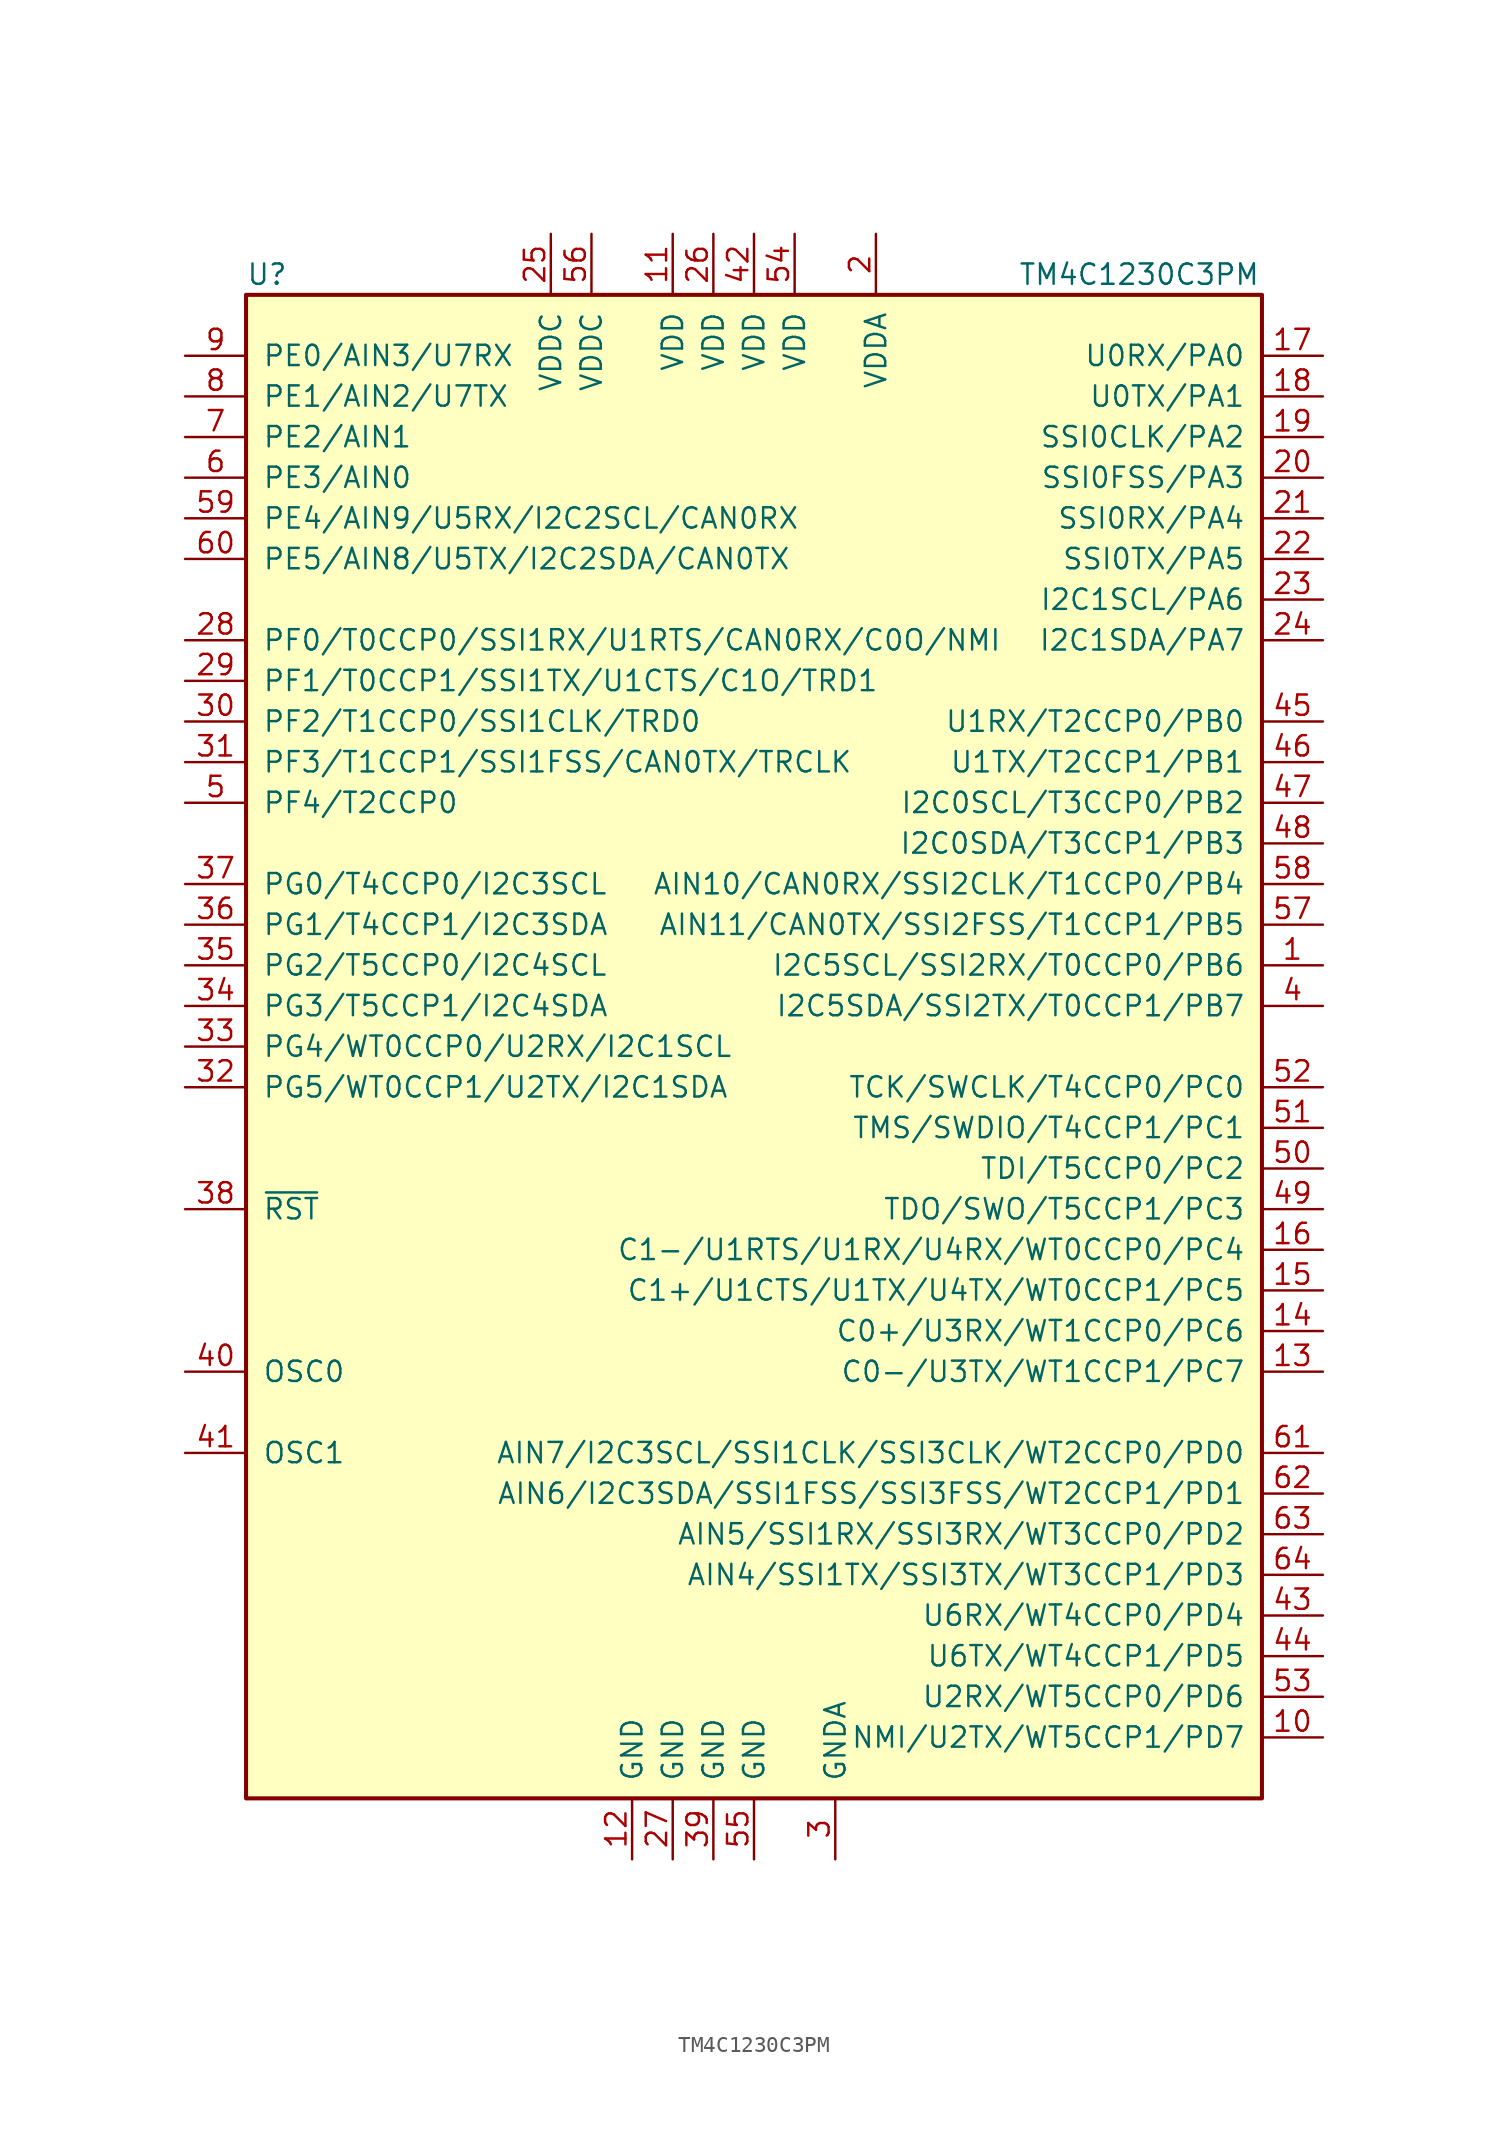
<source format=kicad_sym>
(kicad_symbol_lib
  (version 20201005)
  (generator kicad_symbol_editor)
  (symbol "TM4C1230C3PM"
    (pin_names
      (offset 1.016))
    (property "Reference" "U"
      (at -31.75 48.26 0)
      (effects (font (size 1.27 1.27)) (justify left)))
    (property "Value" "TM4C1230C3PM"
      (at 16.51 48.26 0)
      (effects (font (size 1.27 1.27)) (justify left)))
    (symbol "TM4C1230C3PM_0_1"
      (rectangle (start -31.75 46.99) (end 31.75 -46.99) (stroke (width 0.254)) (fill (type background))))
    (symbol "TM4C1230C3PM_1_1"
      (pin bidirectional line (at 35.56 5.08 180) (length 3.81) (name "I2C5SCL/SSI2RX/T0CCP0/PB6" (effects (font (size 1.27 1.27)))) (number "1" (effects (font (size 1.27 1.27)))))
      (pin power_in line (at 7.62 50.8 270) (length 3.81) (name "VDDA" (effects (font (size 1.27 1.27)))) (number "2" (effects (font (size 1.27 1.27)))))
      (pin power_in line (at 5.08 -50.8 90) (length 3.81) (name "GNDA" (effects (font (size 1.27 1.27)))) (number "3" (effects (font (size 1.27 1.27)))))
      (pin bidirectional line (at 35.56 2.54 180) (length 3.81) (name "I2C5SDA/SSI2TX/T0CCP1/PB7" (effects (font (size 1.27 1.27)))) (number "4" (effects (font (size 1.27 1.27)))))
      (pin bidirectional line (at -35.56 15.24 0) (length 3.81) (name "PF4/T2CCP0" (effects (font (size 1.27 1.27)))) (number "5" (effects (font (size 1.27 1.27)))))
      (pin bidirectional line (at -35.56 35.56 0) (length 3.81) (name "PE3/AIN0" (effects (font (size 1.27 1.27)))) (number "6" (effects (font (size 1.27 1.27)))))
      (pin bidirectional line (at -35.56 38.1 0) (length 3.81) (name "PE2/AIN1" (effects (font (size 1.27 1.27)))) (number "7" (effects (font (size 1.27 1.27)))))
      (pin bidirectional line (at -35.56 40.64 0) (length 3.81) (name "PE1/AIN2/U7TX" (effects (font (size 1.27 1.27)))) (number "8" (effects (font (size 1.27 1.27)))))
      (pin bidirectional line (at -35.56 43.18 0) (length 3.81) (name "PE0/AIN3/U7RX" (effects (font (size 1.27 1.27)))) (number "9" (effects (font (size 1.27 1.27)))))
      (pin bidirectional line (at 35.56 -43.18 180) (length 3.81) (name "NMI/U2TX/WT5CCP1/PD7" (effects (font (size 1.27 1.27)))) (number "10" (effects (font (size 1.27 1.27)))))
      (pin bidirectional line (at 35.56 35.56 180) (length 3.81) (name "SSI0FSS/PA3" (effects (font (size 1.27 1.27)))) (number "20" (effects (font (size 1.27 1.27)))))
      (pin bidirectional line (at -35.56 20.32 0) (length 3.81) (name "PF2/T1CCP0/SSI1CLK/TRD0" (effects (font (size 1.27 1.27)))) (number "30" (effects (font (size 1.27 1.27)))))
      (pin passive line (at -35.56 -20.32 0) (length 3.81) (name "OSC0" (effects (font (size 1.27 1.27)))) (number "40" (effects (font (size 1.27 1.27)))))
      (pin bidirectional line (at 35.56 -7.62 180) (length 3.81) (name "TDI/T5CCP0/PC2" (effects (font (size 1.27 1.27)))) (number "50" (effects (font (size 1.27 1.27)))))
      (pin bidirectional line (at -35.56 30.48 0) (length 3.81) (name "PE5/AIN8/U5TX/I2C2SDA/CAN0TX" (effects (font (size 1.27 1.27)))) (number "60" (effects (font (size 1.27 1.27)))))
      (pin power_in line (at -5.08 50.8 270) (length 3.81) (name "VDD" (effects (font (size 1.27 1.27)))) (number "11" (effects (font (size 1.27 1.27)))))
      (pin bidirectional line (at 35.56 33.02 180) (length 3.81) (name "SSI0RX/PA4" (effects (font (size 1.27 1.27)))) (number "21" (effects (font (size 1.27 1.27)))))
      (pin bidirectional line (at -35.56 17.78 0) (length 3.81) (name "PF3/T1CCP1/SSI1FSS/CAN0TX/TRCLK" (effects (font (size 1.27 1.27)))) (number "31" (effects (font (size 1.27 1.27)))))
      (pin passive line (at -35.56 -25.4 0) (length 3.81) (name "OSC1" (effects (font (size 1.27 1.27)))) (number "41" (effects (font (size 1.27 1.27)))))
      (pin bidirectional line (at 35.56 -5.08 180) (length 3.81) (name "TMS/SWDIO/T4CCP1/PC1" (effects (font (size 1.27 1.27)))) (number "51" (effects (font (size 1.27 1.27)))))
      (pin bidirectional line (at 35.56 -25.4 180) (length 3.81) (name "AIN7/I2C3SCL/SSI1CLK/SSI3CLK/WT2CCP0/PD0" (effects (font (size 1.27 1.27)))) (number "61" (effects (font (size 1.27 1.27)))))
      (pin power_in line (at -7.62 -50.8 90) (length 3.81) (name "GND" (effects (font (size 1.27 1.27)))) (number "12" (effects (font (size 1.27 1.27)))))
      (pin bidirectional line (at 35.56 30.48 180) (length 3.81) (name "SSI0TX/PA5" (effects (font (size 1.27 1.27)))) (number "22" (effects (font (size 1.27 1.27)))))
      (pin bidirectional line (at -35.56 -2.54 0) (length 3.81) (name "PG5/WT0CCP1/U2TX/I2C1SDA" (effects (font (size 1.27 1.27)))) (number "32" (effects (font (size 1.27 1.27)))))
      (pin power_in line (at 0 50.8 270) (length 3.81) (name "VDD" (effects (font (size 1.27 1.27)))) (number "42" (effects (font (size 1.27 1.27)))))
      (pin bidirectional line (at 35.56 -2.54 180) (length 3.81) (name "TCK/SWCLK/T4CCP0/PC0" (effects (font (size 1.27 1.27)))) (number "52" (effects (font (size 1.27 1.27)))))
      (pin bidirectional line (at 35.56 -27.94 180) (length 3.81) (name "AIN6/I2C3SDA/SSI1FSS/SSI3FSS/WT2CCP1/PD1" (effects (font (size 1.27 1.27)))) (number "62" (effects (font (size 1.27 1.27)))))
      (pin bidirectional line (at 35.56 -20.32 180) (length 3.81) (name "C0-/U3TX/WT1CCP1/PC7" (effects (font (size 1.27 1.27)))) (number "13" (effects (font (size 1.27 1.27)))))
      (pin bidirectional line (at 35.56 27.94 180) (length 3.81) (name "I2C1SCL/PA6" (effects (font (size 1.27 1.27)))) (number "23" (effects (font (size 1.27 1.27)))))
      (pin bidirectional line (at -35.56 0 0) (length 3.81) (name "PG4/WT0CCP0/U2RX/I2C1SCL" (effects (font (size 1.27 1.27)))) (number "33" (effects (font (size 1.27 1.27)))))
      (pin bidirectional line (at 35.56 -35.56 180) (length 3.81) (name "U6RX/WT4CCP0/PD4" (effects (font (size 1.27 1.27)))) (number "43" (effects (font (size 1.27 1.27)))))
      (pin bidirectional line (at 35.56 -40.64 180) (length 3.81) (name "U2RX/WT5CCP0/PD6" (effects (font (size 1.27 1.27)))) (number "53" (effects (font (size 1.27 1.27)))))
      (pin bidirectional line (at 35.56 -30.48 180) (length 3.81) (name "AIN5/SSI1RX/SSI3RX/WT3CCP0/PD2" (effects (font (size 1.27 1.27)))) (number "63" (effects (font (size 1.27 1.27)))))
      (pin bidirectional line (at 35.56 -17.78 180) (length 3.81) (name "C0+/U3RX/WT1CCP0/PC6" (effects (font (size 1.27 1.27)))) (number "14" (effects (font (size 1.27 1.27)))))
      (pin bidirectional line (at 35.56 25.4 180) (length 3.81) (name "I2C1SDA/PA7" (effects (font (size 1.27 1.27)))) (number "24" (effects (font (size 1.27 1.27)))))
      (pin bidirectional line (at -35.56 2.54 0) (length 3.81) (name "PG3/T5CCP1/I2C4SDA" (effects (font (size 1.27 1.27)))) (number "34" (effects (font (size 1.27 1.27)))))
      (pin bidirectional line (at 35.56 -38.1 180) (length 3.81) (name "U6TX/WT4CCP1/PD5" (effects (font (size 1.27 1.27)))) (number "44" (effects (font (size 1.27 1.27)))))
      (pin power_in line (at 2.54 50.8 270) (length 3.81) (name "VDD" (effects (font (size 1.27 1.27)))) (number "54" (effects (font (size 1.27 1.27)))))
      (pin bidirectional line (at 35.56 -33.02 180) (length 3.81) (name "AIN4/SSI1TX/SSI3TX/WT3CCP1/PD3" (effects (font (size 1.27 1.27)))) (number "64" (effects (font (size 1.27 1.27)))))
      (pin bidirectional line (at 35.56 -15.24 180) (length 3.81) (name "C1+/U1CTS/U1TX/U4TX/WT0CCP1/PC5" (effects (font (size 1.27 1.27)))) (number "15" (effects (font (size 1.27 1.27)))))
      (pin power_in line (at -12.7 50.8 270) (length 3.81) (name "VDDC" (effects (font (size 1.27 1.27)))) (number "25" (effects (font (size 1.27 1.27)))))
      (pin bidirectional line (at -35.56 5.08 0) (length 3.81) (name "PG2/T5CCP0/I2C4SCL" (effects (font (size 1.27 1.27)))) (number "35" (effects (font (size 1.27 1.27)))))
      (pin bidirectional line (at 35.56 20.32 180) (length 3.81) (name "U1RX/T2CCP0/PB0" (effects (font (size 1.27 1.27)))) (number "45" (effects (font (size 1.27 1.27)))))
      (pin power_in line (at 0 -50.8 90) (length 3.81) (name "GND" (effects (font (size 1.27 1.27)))) (number "55" (effects (font (size 1.27 1.27)))))
      (pin bidirectional line (at 35.56 -12.7 180) (length 3.81) (name "C1-/U1RTS/U1RX/U4RX/WT0CCP0/PC4" (effects (font (size 1.27 1.27)))) (number "16" (effects (font (size 1.27 1.27)))))
      (pin power_in line (at -2.54 50.8 270) (length 3.81) (name "VDD" (effects (font (size 1.27 1.27)))) (number "26" (effects (font (size 1.27 1.27)))))
      (pin bidirectional line (at -35.56 7.62 0) (length 3.81) (name "PG1/T4CCP1/I2C3SDA" (effects (font (size 1.27 1.27)))) (number "36" (effects (font (size 1.27 1.27)))))
      (pin bidirectional line (at 35.56 17.78 180) (length 3.81) (name "U1TX/T2CCP1/PB1" (effects (font (size 1.27 1.27)))) (number "46" (effects (font (size 1.27 1.27)))))
      (pin power_in line (at -10.16 50.8 270) (length 3.81) (name "VDDC" (effects (font (size 1.27 1.27)))) (number "56" (effects (font (size 1.27 1.27)))))
      (pin bidirectional line (at 35.56 43.18 180) (length 3.81) (name "U0RX/PA0" (effects (font (size 1.27 1.27)))) (number "17" (effects (font (size 1.27 1.27)))))
      (pin power_in line (at -5.08 -50.8 90) (length 3.81) (name "GND" (effects (font (size 1.27 1.27)))) (number "27" (effects (font (size 1.27 1.27)))))
      (pin bidirectional line (at -35.56 10.16 0) (length 3.81) (name "PG0/T4CCP0/I2C3SCL" (effects (font (size 1.27 1.27)))) (number "37" (effects (font (size 1.27 1.27)))))
      (pin bidirectional line (at 35.56 15.24 180) (length 3.81) (name "I2C0SCL/T3CCP0/PB2" (effects (font (size 1.27 1.27)))) (number "47" (effects (font (size 1.27 1.27)))))
      (pin bidirectional line (at 35.56 7.62 180) (length 3.81) (name "AIN11/CAN0TX/SSI2FSS/T1CCP1/PB5" (effects (font (size 1.27 1.27)))) (number "57" (effects (font (size 1.27 1.27)))))
      (pin bidirectional line (at 35.56 40.64 180) (length 3.81) (name "U0TX/PA1" (effects (font (size 1.27 1.27)))) (number "18" (effects (font (size 1.27 1.27)))))
      (pin bidirectional line (at -35.56 25.4 0) (length 3.81) (name "PF0/T0CCP0/SSI1RX/U1RTS/CAN0RX/C0O/NMI" (effects (font (size 1.27 1.27)))) (number "28" (effects (font (size 1.27 1.27)))))
      (pin input line (at -35.56 -10.16 0) (length 3.81) (name "~RST~" (effects (font (size 1.27 1.27)))) (number "38" (effects (font (size 1.27 1.27)))))
      (pin bidirectional line (at 35.56 12.7 180) (length 3.81) (name "I2C0SDA/T3CCP1/PB3" (effects (font (size 1.27 1.27)))) (number "48" (effects (font (size 1.27 1.27)))))
      (pin bidirectional line (at 35.56 10.16 180) (length 3.81) (name "AIN10/CAN0RX/SSI2CLK/T1CCP0/PB4" (effects (font (size 1.27 1.27)))) (number "58" (effects (font (size 1.27 1.27)))))
      (pin bidirectional line (at 35.56 38.1 180) (length 3.81) (name "SSI0CLK/PA2" (effects (font (size 1.27 1.27)))) (number "19" (effects (font (size 1.27 1.27)))))
      (pin bidirectional line (at -35.56 22.86 0) (length 3.81) (name "PF1/T0CCP1/SSI1TX/U1CTS/C1O/TRD1" (effects (font (size 1.27 1.27)))) (number "29" (effects (font (size 1.27 1.27)))))
      (pin bidirectional line (at -2.54 -50.8 90) (length 3.81) (name "GND" (effects (font (size 1.27 1.27)))) (number "39" (effects (font (size 1.27 1.27)))))
      (pin bidirectional line (at 35.56 -10.16 180) (length 3.81) (name "TDO/SWO/T5CCP1/PC3" (effects (font (size 1.27 1.27)))) (number "49" (effects (font (size 1.27 1.27)))))
      (pin bidirectional line (at -35.56 33.02 0) (length 3.81) (name "PE4/AIN9/U5RX/I2C2SCL/CAN0RX" (effects (font (size 1.27 1.27)))) (number "59" (effects (font (size 1.27 1.27))))))))
</source>
